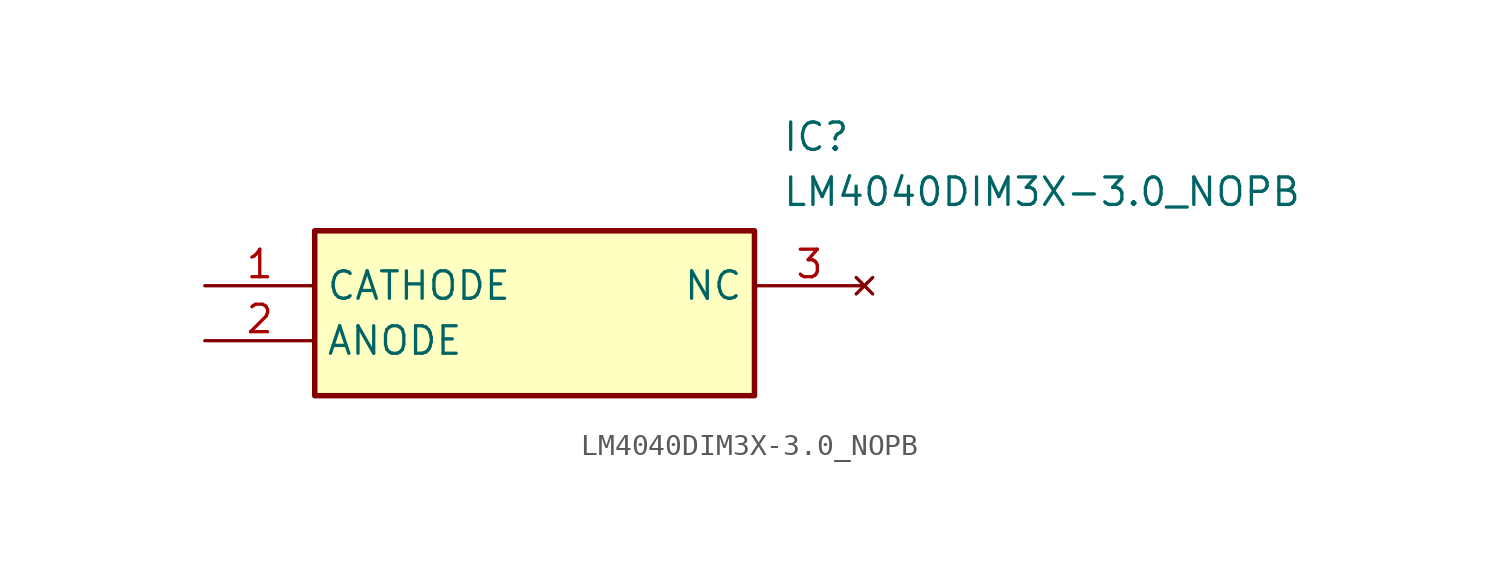
<source format=kicad_sym>
(kicad_symbol_lib
  (version 20211014)
  (generator SamacSys_ECAD_Model)
  (symbol "LM4040DIM3X-3.0_NOPB"
    (property "Reference" "IC"
      (at 26.67 7.62 0)
      (effects (font (size 1.27 1.27)) (justify left top)))
    (property "Value" "LM4040DIM3X-3.0_NOPB"
      (at 26.67 5.08 0)
      (effects (font (size 1.27 1.27)) (justify left top)))
    (rectangle
      (start 5.08 2.54)
      (end 25.4 -5.08)
      (stroke (width 0.254) (type default))
      (fill (type background)))
    (pin passive line
      (at 0 0 0)
      (length 5.08)
      (name "CATHODE" (effects (font (size 1.27 1.27))))
      (number "1" (effects (font (size 1.27 1.27)))))
    (pin passive line
      (at 0 -2.54 0)
      (length 5.08)
      (name "ANODE" (effects (font (size 1.27 1.27))))
      (number "2" (effects (font (size 1.27 1.27)))))
    (pin no_connect line
      (at 30.48 0 180)
      (length 5.08)
      (name "NC" (effects (font (size 1.27 1.27))))
      (number "3" (effects (font (size 1.27 1.27)))))))
</source>
